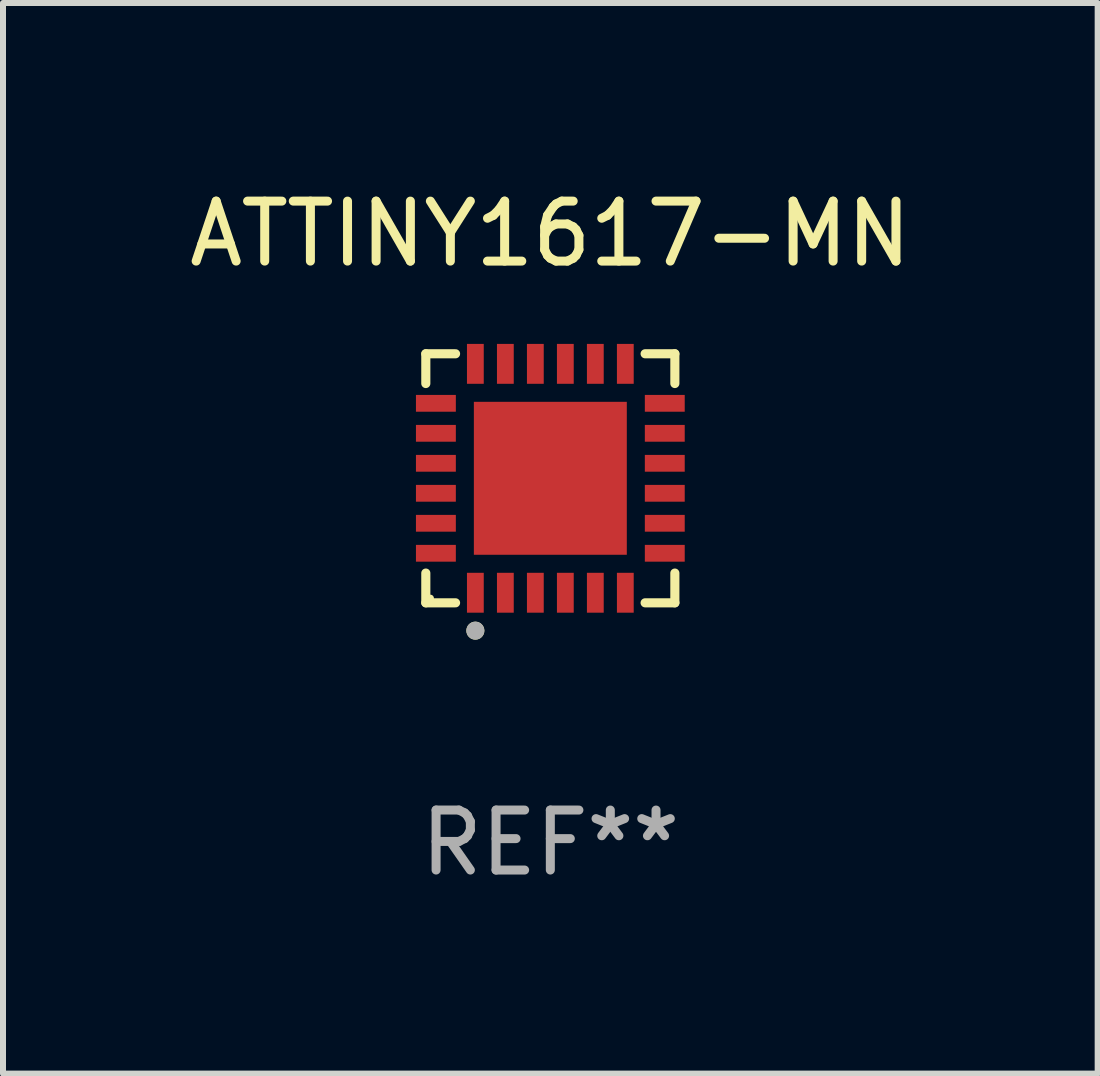
<source format=kicad_pcb>
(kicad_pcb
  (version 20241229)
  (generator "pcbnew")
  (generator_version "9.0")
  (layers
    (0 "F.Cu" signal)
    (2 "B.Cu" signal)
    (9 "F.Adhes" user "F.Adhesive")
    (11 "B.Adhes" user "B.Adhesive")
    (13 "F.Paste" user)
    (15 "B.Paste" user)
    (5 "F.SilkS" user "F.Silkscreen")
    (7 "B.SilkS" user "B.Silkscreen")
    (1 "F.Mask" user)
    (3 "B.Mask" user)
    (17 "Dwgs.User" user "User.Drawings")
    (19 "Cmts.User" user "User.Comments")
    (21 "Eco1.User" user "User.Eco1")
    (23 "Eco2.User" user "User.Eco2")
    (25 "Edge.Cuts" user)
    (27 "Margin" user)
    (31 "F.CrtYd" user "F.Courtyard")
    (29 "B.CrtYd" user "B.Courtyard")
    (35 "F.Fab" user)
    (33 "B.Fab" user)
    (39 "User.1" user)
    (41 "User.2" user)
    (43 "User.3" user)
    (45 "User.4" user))
  (footprint "ATTINY1617-MN"
    (layer "F.Cu")
    (at 6.125 4.924)
    (property "Reference" "ATTINY1617-MN" (at 0 -4.076 0) (layer "F.SilkS") (effects (font (size 1 1) (thickness 0.15))))
    (attr through_hole)
    (fp_line (start -2.076 -2.076) (end -1.58 -2.076) (stroke (width 0.152) (type solid)) (layer "F.SilkS"))
    (fp_line (start -2.076 -1.58) (end -2.076 -2.076) (stroke (width 0.152) (type solid)) (layer "F.SilkS"))
    (fp_line (start -2.076 1.58) (end -2.076 2.076) (stroke (width 0.152) (type solid)) (layer "F.SilkS"))
    (fp_line (start -2.076 2.076) (end -1.58 2.076) (stroke (width 0.152) (type solid)) (layer "F.SilkS"))
    (fp_line (start 2.076 -2.076) (end 1.58 -2.076) (stroke (width 0.152) (type solid)) (layer "F.SilkS"))
    (fp_line (start 2.076 -1.58) (end 2.076 -2.076) (stroke (width 0.152) (type solid)) (layer "F.SilkS"))
    (fp_line (start 2.076 1.58) (end 2.076 2.076) (stroke (width 0.152) (type solid)) (layer "F.SilkS"))
    (fp_line (start 2.076 2.076) (end 1.58 2.076) (stroke (width 0.152) (type solid)) (layer "F.SilkS"))
    (fp_circle (center -2 2) (end -1.97 2) (stroke (width 0.06) (type solid)) (fill no) (layer "F.SilkS"))
    (fp_circle (center -1.25 2.54) (end -1.175 2.54) (stroke (width 0.15) (type solid)) (fill no) (layer "F.SilkS"))
    (fp_circle (center -1.25 2.54) (end -1.175 2.54) (stroke (width 0.15) (type solid)) (fill no) (layer "F.Fab"))
    (fp_text user "REF**" (at 0 6.076 0) (layer "F.Fab") (effects (font (size 1 1) (thickness 0.15))))
    (pad "1" smd rect (at -1.25 1.908) (size 0.28 0.665) (layers "F.Cu" "F.Mask" "F.Paste"))
    (pad "2" smd rect (at -0.75 1.908) (size 0.28 0.665) (layers "F.Cu" "F.Mask" "F.Paste"))
    (pad "3" smd rect (at -0.25 1.908) (size 0.28 0.665) (layers "F.Cu" "F.Mask" "F.Paste"))
    (pad "4" smd rect (at 0.25 1.908) (size 0.28 0.665) (layers "F.Cu" "F.Mask" "F.Paste"))
    (pad "5" smd rect (at 0.75 1.908) (size 0.28 0.665) (layers "F.Cu" "F.Mask" "F.Paste"))
    (pad "6" smd rect (at 1.25 1.908) (size 0.28 0.665) (layers "F.Cu" "F.Mask" "F.Paste"))
    (pad "7" smd rect (at 1.908 1.25) (size 0.665 0.28) (layers "F.Cu" "F.Mask" "F.Paste"))
    (pad "8" smd rect (at 1.908 0.75) (size 0.665 0.28) (layers "F.Cu" "F.Mask" "F.Paste"))
    (pad "9" smd rect (at 1.908 0.25) (size 0.665 0.28) (layers "F.Cu" "F.Mask" "F.Paste"))
    (pad "10" smd rect (at 1.908 -0.25) (size 0.665 0.28) (layers "F.Cu" "F.Mask" "F.Paste"))
    (pad "11" smd rect (at 1.908 -0.75) (size 0.665 0.28) (layers "F.Cu" "F.Mask" "F.Paste"))
    (pad "12" smd rect (at 1.908 -1.25) (size 0.665 0.28) (layers "F.Cu" "F.Mask" "F.Paste"))
    (pad "13" smd rect (at 1.25 -1.908) (size 0.28 0.665) (layers "F.Cu" "F.Mask" "F.Paste"))
    (pad "14" smd rect (at 0.75 -1.908) (size 0.28 0.665) (layers "F.Cu" "F.Mask" "F.Paste"))
    (pad "15" smd rect (at 0.25 -1.908) (size 0.28 0.665) (layers "F.Cu" "F.Mask" "F.Paste"))
    (pad "16" smd rect (at -0.25 -1.908) (size 0.28 0.665) (layers "F.Cu" "F.Mask" "F.Paste"))
    (pad "17" smd rect (at -0.75 -1.908) (size 0.28 0.665) (layers "F.Cu" "F.Mask" "F.Paste"))
    (pad "18" smd rect (at -1.25 -1.908) (size 0.28 0.665) (layers "F.Cu" "F.Mask" "F.Paste"))
    (pad "19" smd rect (at -1.908 -1.25) (size 0.665 0.28) (layers "F.Cu" "F.Mask" "F.Paste"))
    (pad "20" smd rect (at -1.908 -0.75) (size 0.665 0.28) (layers "F.Cu" "F.Mask" "F.Paste"))
    (pad "21" smd rect (at -1.908 -0.25) (size 0.665 0.28) (layers "F.Cu" "F.Mask" "F.Paste"))
    (pad "22" smd rect (at -1.908 0.25) (size 0.665 0.28) (layers "F.Cu" "F.Mask" "F.Paste"))
    (pad "23" smd rect (at -1.908 0.75) (size 0.665 0.28) (layers "F.Cu" "F.Mask" "F.Paste"))
    (pad "24" smd rect (at -1.908 1.25) (size 0.665 0.28) (layers "F.Cu" "F.Mask" "F.Paste"))
    (pad "25" smd rect (at 0 0) (size 2.55 2.55) (layers "F.Cu" "F.Mask" "F.Paste")))
  (gr_rect
    (start -3 -3)
    (end 15.25 14.849)
    (stroke (width 0.1) (type default))
    (fill no)
    (layer "Edge.Cuts")))
</source>
